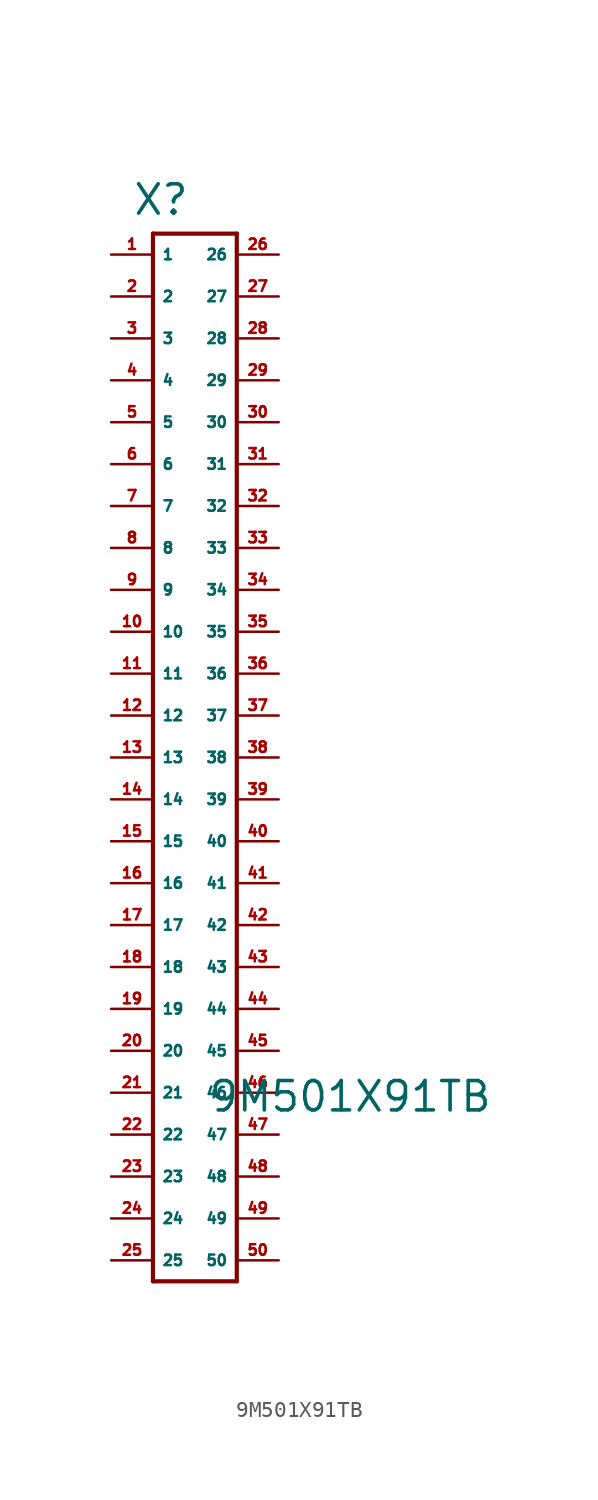
<source format=kicad_sym>
(kicad_symbol_lib
  (version 20220914)
  (generator Eagle2Kicad)
  (symbol "9M501X91TB"
    (property "Reference" "X"
      (at -3.81 30.226 0)
      (effects (font (size 1.778 1.778) (thickness 0.22)) (justify left bottom)))
    (property "Value" "9M501X91TB"
      (at 0.762 -24.13 0)
      (effects (font (size 1.778 1.778) (thickness 0.22)) (justify left bottom)))
    (polyline
      (pts (xy -2.54 29.21) (xy -2.54 -34.29))
      (stroke (width 0.254) (type default))
      (fill (type none)))
    (polyline
      (pts (xy -2.54 -34.29) (xy 2.54 -34.29))
      (stroke (width 0.254) (type default))
      (fill (type none)))
    (polyline
      (pts (xy 2.54 -34.29) (xy 2.54 29.21))
      (stroke (width 0.254) (type default))
      (fill (type none)))
    (polyline
      (pts (xy 2.54 29.21) (xy -2.54 29.21))
      (stroke (width 0.254) (type default))
      (fill (type none)))
    (pin passive line
      (at -5.08 27.94 0)
      (length 2.54)
      (name "1" (effects (font (size 0.635 0.635) (thickness 0.08)) (justify left bottom)))
      (number "1" (effects (font (size 0.635 0.635) (thickness 0.08)) (justify left bottom))))
    (pin passive line
      (at -5.08 25.4 0)
      (length 2.54)
      (name "2" (effects (font (size 0.635 0.635) (thickness 0.08)) (justify left bottom)))
      (number "2" (effects (font (size 0.635 0.635) (thickness 0.08)) (justify left bottom))))
    (pin passive line
      (at -5.08 22.86 0)
      (length 2.54)
      (name "3" (effects (font (size 0.635 0.635) (thickness 0.08)) (justify left bottom)))
      (number "3" (effects (font (size 0.635 0.635) (thickness 0.08)) (justify left bottom))))
    (pin passive line
      (at -5.08 20.32 0)
      (length 2.54)
      (name "4" (effects (font (size 0.635 0.635) (thickness 0.08)) (justify left bottom)))
      (number "4" (effects (font (size 0.635 0.635) (thickness 0.08)) (justify left bottom))))
    (pin passive line
      (at -5.08 17.78 0)
      (length 2.54)
      (name "5" (effects (font (size 0.635 0.635) (thickness 0.08)) (justify left bottom)))
      (number "5" (effects (font (size 0.635 0.635) (thickness 0.08)) (justify left bottom))))
    (pin passive line
      (at -5.08 15.24 0)
      (length 2.54)
      (name "6" (effects (font (size 0.635 0.635) (thickness 0.08)) (justify left bottom)))
      (number "6" (effects (font (size 0.635 0.635) (thickness 0.08)) (justify left bottom))))
    (pin passive line
      (at -5.08 12.7 0)
      (length 2.54)
      (name "7" (effects (font (size 0.635 0.635) (thickness 0.08)) (justify left bottom)))
      (number "7" (effects (font (size 0.635 0.635) (thickness 0.08)) (justify left bottom))))
    (pin passive line
      (at -5.08 10.16 0)
      (length 2.54)
      (name "8" (effects (font (size 0.635 0.635) (thickness 0.08)) (justify left bottom)))
      (number "8" (effects (font (size 0.635 0.635) (thickness 0.08)) (justify left bottom))))
    (pin passive line
      (at -5.08 7.62 0)
      (length 2.54)
      (name "9" (effects (font (size 0.635 0.635) (thickness 0.08)) (justify left bottom)))
      (number "9" (effects (font (size 0.635 0.635) (thickness 0.08)) (justify left bottom))))
    (pin passive line
      (at -5.08 5.08 0)
      (length 2.54)
      (name "10" (effects (font (size 0.635 0.635) (thickness 0.08)) (justify left bottom)))
      (number "10" (effects (font (size 0.635 0.635) (thickness 0.08)) (justify left bottom))))
    (pin passive line
      (at -5.08 2.54 0)
      (length 2.54)
      (name "11" (effects (font (size 0.635 0.635) (thickness 0.08)) (justify left bottom)))
      (number "11" (effects (font (size 0.635 0.635) (thickness 0.08)) (justify left bottom))))
    (pin passive line
      (at -5.08 0 0)
      (length 2.54)
      (name "12" (effects (font (size 0.635 0.635) (thickness 0.08)) (justify left bottom)))
      (number "12" (effects (font (size 0.635 0.635) (thickness 0.08)) (justify left bottom))))
    (pin passive line
      (at -5.08 -2.54 0)
      (length 2.54)
      (name "13" (effects (font (size 0.635 0.635) (thickness 0.08)) (justify left bottom)))
      (number "13" (effects (font (size 0.635 0.635) (thickness 0.08)) (justify left bottom))))
    (pin passive line
      (at -5.08 -5.08 0)
      (length 2.54)
      (name "14" (effects (font (size 0.635 0.635) (thickness 0.08)) (justify left bottom)))
      (number "14" (effects (font (size 0.635 0.635) (thickness 0.08)) (justify left bottom))))
    (pin passive line
      (at -5.08 -7.62 0)
      (length 2.54)
      (name "15" (effects (font (size 0.635 0.635) (thickness 0.08)) (justify left bottom)))
      (number "15" (effects (font (size 0.635 0.635) (thickness 0.08)) (justify left bottom))))
    (pin passive line
      (at -5.08 -10.16 0)
      (length 2.54)
      (name "16" (effects (font (size 0.635 0.635) (thickness 0.08)) (justify left bottom)))
      (number "16" (effects (font (size 0.635 0.635) (thickness 0.08)) (justify left bottom))))
    (pin passive line
      (at -5.08 -12.7 0)
      (length 2.54)
      (name "17" (effects (font (size 0.635 0.635) (thickness 0.08)) (justify left bottom)))
      (number "17" (effects (font (size 0.635 0.635) (thickness 0.08)) (justify left bottom))))
    (pin passive line
      (at -5.08 -15.24 0)
      (length 2.54)
      (name "18" (effects (font (size 0.635 0.635) (thickness 0.08)) (justify left bottom)))
      (number "18" (effects (font (size 0.635 0.635) (thickness 0.08)) (justify left bottom))))
    (pin passive line
      (at -5.08 -17.78 0)
      (length 2.54)
      (name "19" (effects (font (size 0.635 0.635) (thickness 0.08)) (justify left bottom)))
      (number "19" (effects (font (size 0.635 0.635) (thickness 0.08)) (justify left bottom))))
    (pin passive line
      (at -5.08 -20.32 0)
      (length 2.54)
      (name "20" (effects (font (size 0.635 0.635) (thickness 0.08)) (justify left bottom)))
      (number "20" (effects (font (size 0.635 0.635) (thickness 0.08)) (justify left bottom))))
    (pin passive line
      (at -5.08 -22.86 0)
      (length 2.54)
      (name "21" (effects (font (size 0.635 0.635) (thickness 0.08)) (justify left bottom)))
      (number "21" (effects (font (size 0.635 0.635) (thickness 0.08)) (justify left bottom))))
    (pin passive line
      (at -5.08 -25.4 0)
      (length 2.54)
      (name "22" (effects (font (size 0.635 0.635) (thickness 0.08)) (justify left bottom)))
      (number "22" (effects (font (size 0.635 0.635) (thickness 0.08)) (justify left bottom))))
    (pin passive line
      (at -5.08 -27.94 0)
      (length 2.54)
      (name "23" (effects (font (size 0.635 0.635) (thickness 0.08)) (justify left bottom)))
      (number "23" (effects (font (size 0.635 0.635) (thickness 0.08)) (justify left bottom))))
    (pin passive line
      (at -5.08 -30.48 0)
      (length 2.54)
      (name "24" (effects (font (size 0.635 0.635) (thickness 0.08)) (justify left bottom)))
      (number "24" (effects (font (size 0.635 0.635) (thickness 0.08)) (justify left bottom))))
    (pin passive line
      (at -5.08 -33.02 0)
      (length 2.54)
      (name "25" (effects (font (size 0.635 0.635) (thickness 0.08)) (justify left bottom)))
      (number "25" (effects (font (size 0.635 0.635) (thickness 0.08)) (justify left bottom))))
    (pin passive line
      (at 5.08 27.94 180)
      (length 2.54)
      (name "26" (effects (font (size 0.635 0.635) (thickness 0.08)) (justify left bottom)))
      (number "26" (effects (font (size 0.635 0.635) (thickness 0.08)) (justify left bottom))))
    (pin passive line
      (at 5.08 25.4 180)
      (length 2.54)
      (name "27" (effects (font (size 0.635 0.635) (thickness 0.08)) (justify left bottom)))
      (number "27" (effects (font (size 0.635 0.635) (thickness 0.08)) (justify left bottom))))
    (pin passive line
      (at 5.08 22.86 180)
      (length 2.54)
      (name "28" (effects (font (size 0.635 0.635) (thickness 0.08)) (justify left bottom)))
      (number "28" (effects (font (size 0.635 0.635) (thickness 0.08)) (justify left bottom))))
    (pin passive line
      (at 5.08 20.32 180)
      (length 2.54)
      (name "29" (effects (font (size 0.635 0.635) (thickness 0.08)) (justify left bottom)))
      (number "29" (effects (font (size 0.635 0.635) (thickness 0.08)) (justify left bottom))))
    (pin passive line
      (at 5.08 17.78 180)
      (length 2.54)
      (name "30" (effects (font (size 0.635 0.635) (thickness 0.08)) (justify left bottom)))
      (number "30" (effects (font (size 0.635 0.635) (thickness 0.08)) (justify left bottom))))
    (pin passive line
      (at 5.08 15.24 180)
      (length 2.54)
      (name "31" (effects (font (size 0.635 0.635) (thickness 0.08)) (justify left bottom)))
      (number "31" (effects (font (size 0.635 0.635) (thickness 0.08)) (justify left bottom))))
    (pin passive line
      (at 5.08 12.7 180)
      (length 2.54)
      (name "32" (effects (font (size 0.635 0.635) (thickness 0.08)) (justify left bottom)))
      (number "32" (effects (font (size 0.635 0.635) (thickness 0.08)) (justify left bottom))))
    (pin passive line
      (at 5.08 10.16 180)
      (length 2.54)
      (name "33" (effects (font (size 0.635 0.635) (thickness 0.08)) (justify left bottom)))
      (number "33" (effects (font (size 0.635 0.635) (thickness 0.08)) (justify left bottom))))
    (pin passive line
      (at 5.08 7.62 180)
      (length 2.54)
      (name "34" (effects (font (size 0.635 0.635) (thickness 0.08)) (justify left bottom)))
      (number "34" (effects (font (size 0.635 0.635) (thickness 0.08)) (justify left bottom))))
    (pin passive line
      (at 5.08 5.08 180)
      (length 2.54)
      (name "35" (effects (font (size 0.635 0.635) (thickness 0.08)) (justify left bottom)))
      (number "35" (effects (font (size 0.635 0.635) (thickness 0.08)) (justify left bottom))))
    (pin passive line
      (at 5.08 2.54 180)
      (length 2.54)
      (name "36" (effects (font (size 0.635 0.635) (thickness 0.08)) (justify left bottom)))
      (number "36" (effects (font (size 0.635 0.635) (thickness 0.08)) (justify left bottom))))
    (pin passive line
      (at 5.08 0 180)
      (length 2.54)
      (name "37" (effects (font (size 0.635 0.635) (thickness 0.08)) (justify left bottom)))
      (number "37" (effects (font (size 0.635 0.635) (thickness 0.08)) (justify left bottom))))
    (pin passive line
      (at 5.08 -2.54 180)
      (length 2.54)
      (name "38" (effects (font (size 0.635 0.635) (thickness 0.08)) (justify left bottom)))
      (number "38" (effects (font (size 0.635 0.635) (thickness 0.08)) (justify left bottom))))
    (pin passive line
      (at 5.08 -5.08 180)
      (length 2.54)
      (name "39" (effects (font (size 0.635 0.635) (thickness 0.08)) (justify left bottom)))
      (number "39" (effects (font (size 0.635 0.635) (thickness 0.08)) (justify left bottom))))
    (pin passive line
      (at 5.08 -7.62 180)
      (length 2.54)
      (name "40" (effects (font (size 0.635 0.635) (thickness 0.08)) (justify left bottom)))
      (number "40" (effects (font (size 0.635 0.635) (thickness 0.08)) (justify left bottom))))
    (pin passive line
      (at 5.08 -10.16 180)
      (length 2.54)
      (name "41" (effects (font (size 0.635 0.635) (thickness 0.08)) (justify left bottom)))
      (number "41" (effects (font (size 0.635 0.635) (thickness 0.08)) (justify left bottom))))
    (pin passive line
      (at 5.08 -12.7 180)
      (length 2.54)
      (name "42" (effects (font (size 0.635 0.635) (thickness 0.08)) (justify left bottom)))
      (number "42" (effects (font (size 0.635 0.635) (thickness 0.08)) (justify left bottom))))
    (pin passive line
      (at 5.08 -15.24 180)
      (length 2.54)
      (name "43" (effects (font (size 0.635 0.635) (thickness 0.08)) (justify left bottom)))
      (number "43" (effects (font (size 0.635 0.635) (thickness 0.08)) (justify left bottom))))
    (pin passive line
      (at 5.08 -17.78 180)
      (length 2.54)
      (name "44" (effects (font (size 0.635 0.635) (thickness 0.08)) (justify left bottom)))
      (number "44" (effects (font (size 0.635 0.635) (thickness 0.08)) (justify left bottom))))
    (pin passive line
      (at 5.08 -20.32 180)
      (length 2.54)
      (name "45" (effects (font (size 0.635 0.635) (thickness 0.08)) (justify left bottom)))
      (number "45" (effects (font (size 0.635 0.635) (thickness 0.08)) (justify left bottom))))
    (pin passive line
      (at 5.08 -22.86 180)
      (length 2.54)
      (name "46" (effects (font (size 0.635 0.635) (thickness 0.08)) (justify left bottom)))
      (number "46" (effects (font (size 0.635 0.635) (thickness 0.08)) (justify left bottom))))
    (pin passive line
      (at 5.08 -25.4 180)
      (length 2.54)
      (name "47" (effects (font (size 0.635 0.635) (thickness 0.08)) (justify left bottom)))
      (number "47" (effects (font (size 0.635 0.635) (thickness 0.08)) (justify left bottom))))
    (pin passive line
      (at 5.08 -27.94 180)
      (length 2.54)
      (name "48" (effects (font (size 0.635 0.635) (thickness 0.08)) (justify left bottom)))
      (number "48" (effects (font (size 0.635 0.635) (thickness 0.08)) (justify left bottom))))
    (pin passive line
      (at 5.08 -30.48 180)
      (length 2.54)
      (name "49" (effects (font (size 0.635 0.635) (thickness 0.08)) (justify left bottom)))
      (number "49" (effects (font (size 0.635 0.635) (thickness 0.08)) (justify left bottom))))
    (pin passive line
      (at 5.08 -33.02 180)
      (length 2.54)
      (name "50" (effects (font (size 0.635 0.635) (thickness 0.08)) (justify left bottom)))
      (number "50" (effects (font (size 0.635 0.635) (thickness 0.08)) (justify left bottom))))))
</source>
